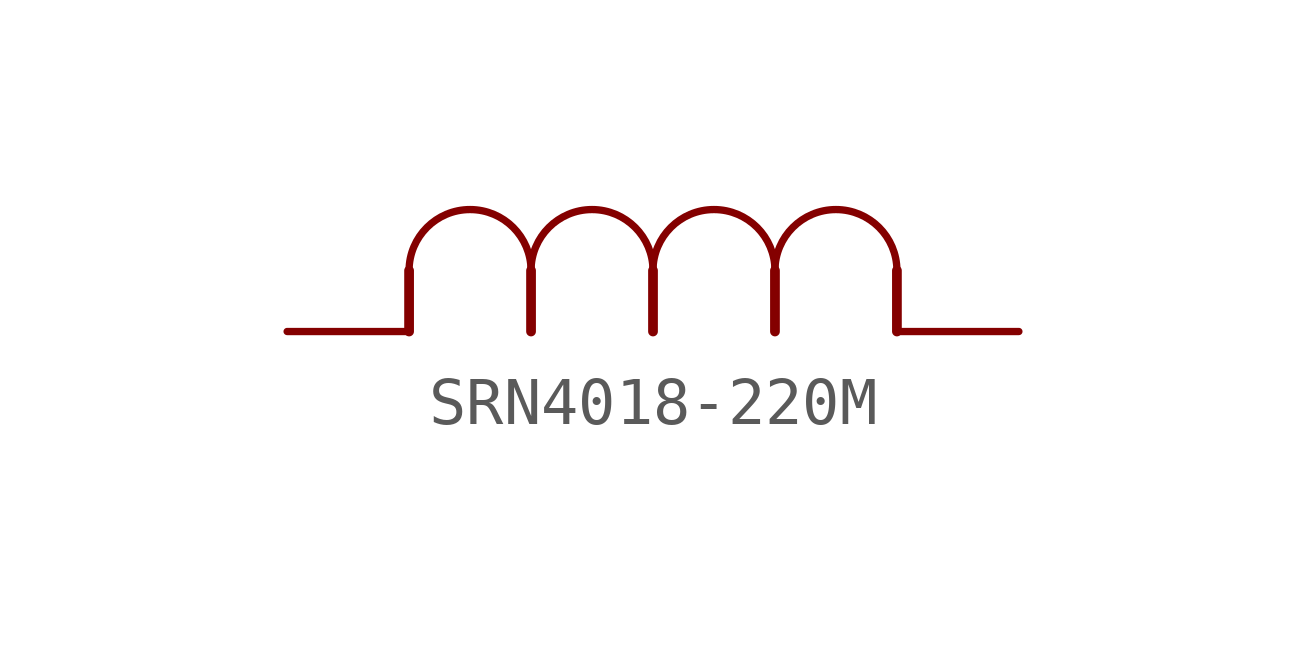
<source format=kicad_sym>
(kicad_symbol_lib
  (version 20220914)
  (generator kicad_symbol_editor)
  (symbol "SRN4018-220M"
    (property "Reference" "L"
      (at -0.914 3.353 0)
      (effects (font (size 3.48 2.958)) (justify left bottom) hide))
    (property "ki_locked" ""
      (at 0 0 0)
      (effects (font (size 1.27 1.27))))
    (symbol "SRN4018-220M_1_0"
      (polyline (pts (xy 2.54 0) (xy 2.54 1.27)) (stroke (width 0.203) (type solid)) (fill (type none)))
      (polyline (pts (xy 5.08 0) (xy 5.08 1.27)) (stroke (width 0.203) (type solid)) (fill (type none)))
      (polyline (pts (xy 7.62 0) (xy 7.62 1.27)) (stroke (width 0.203) (type solid)) (fill (type none)))
      (polyline (pts (xy 10.16 0) (xy 10.16 1.27)) (stroke (width 0.203) (type solid)) (fill (type none)))
      (polyline (pts (xy 12.7 0) (xy 12.7 1.27)) (stroke (width 0.203) (type solid)) (fill (type none)))
      (arc (start 5.08 1.27) (mid 3.81 2.54) (end 2.54 1.27) (stroke (width 0.1524) (type solid)) (fill (type none)))
      (arc (start 7.62 1.27) (mid 6.35 2.54) (end 5.08 1.27) (stroke (width 0.1524) (type solid)) (fill (type none)))
      (arc (start 10.16 1.27) (mid 8.89 2.54) (end 7.62 1.27) (stroke (width 0.1524) (type solid)) (fill (type none)))
      (arc (start 12.7 1.27) (mid 11.43 2.54) (end 10.16 1.27) (stroke (width 0.1524) (type solid)) (fill (type none)))
      (pin passive line (at 15.24 0 180) (length 2.54) (name "1" (effects (font (size 0 0)))) (number "1" (effects (font (size 0 0)))))
      (pin passive line (at 0 0 0) (length 2.54) (name "2" (effects (font (size 0 0)))) (number "2" (effects (font (size 0 0))))))))
</source>
